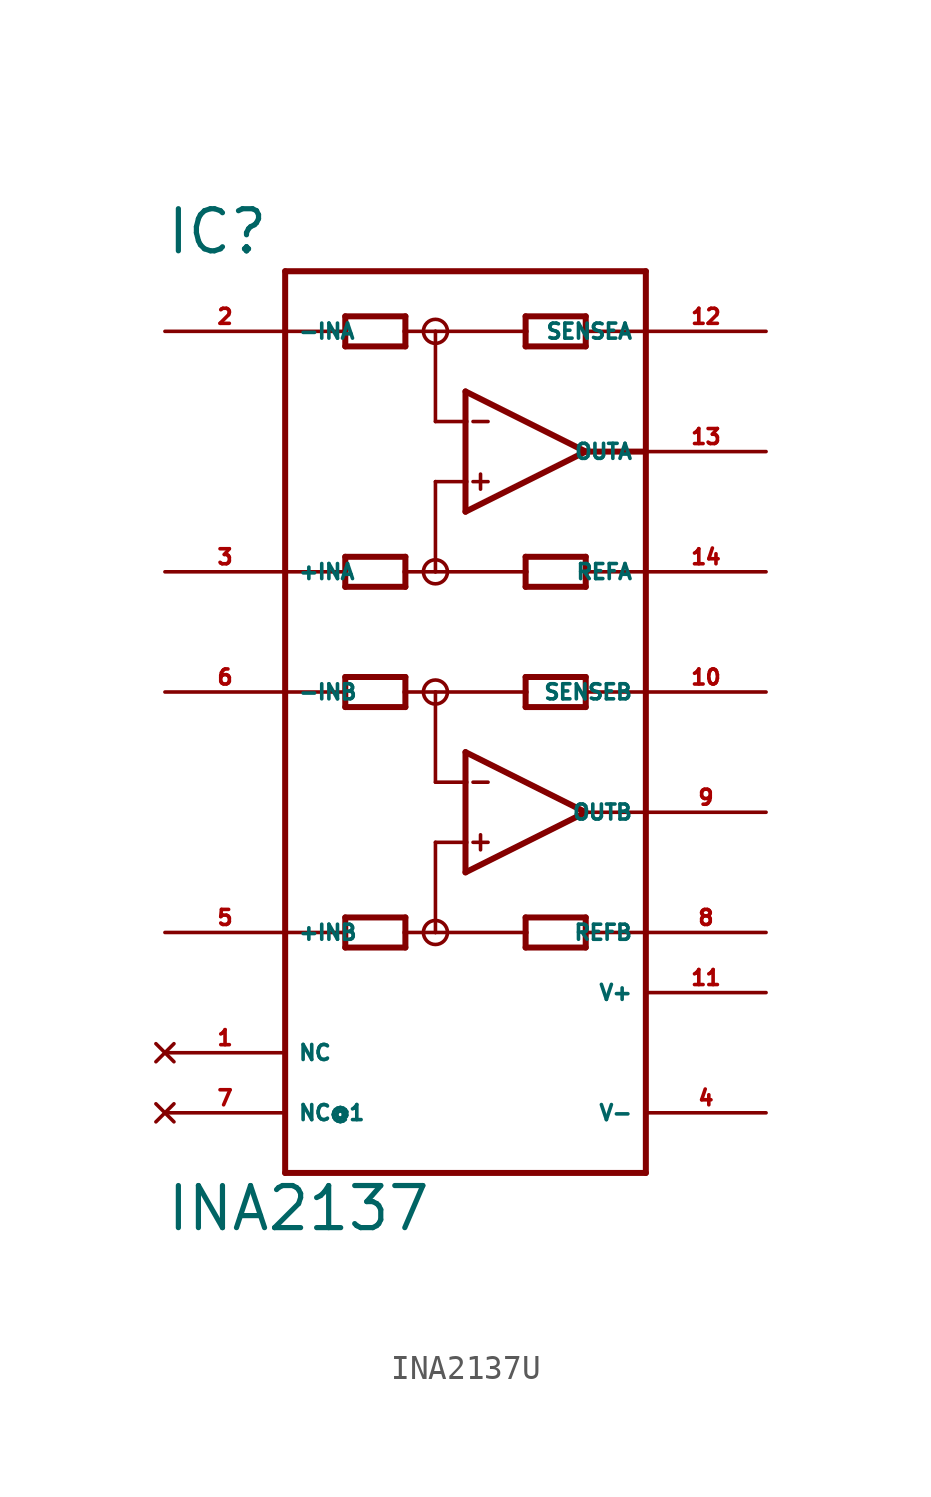
<source format=kicad_sym>
(kicad_symbol_lib
  (version 20220914)
  (generator Eagle2Kicad)
  (symbol "INA2137U"
    (property "Reference" "IC"
      (at -12.7 15.875 0)
      (effects (font (size 1.778 1.778) (thickness 0.22)) (justify left bottom)))
    (property "Value" "INA2137"
      (at -12.7 -25.4 0)
      (effects (font (size 1.778 1.778) (thickness 0.22)) (justify left bottom)))
    (polyline
      (pts (xy 0 5.08) (xy 0 6.35))
      (stroke (width 0.254) (type default))
      (fill (type none)))
    (polyline
      (pts (xy 0 6.35) (xy 0 8.89))
      (stroke (width 0.254) (type default))
      (fill (type none)))
    (polyline
      (pts (xy 0 8.89) (xy 0 10.16))
      (stroke (width 0.254) (type default))
      (fill (type none)))
    (polyline
      (pts (xy 0 10.16) (xy 5.08 7.62))
      (stroke (width 0.254) (type default))
      (fill (type none)))
    (polyline
      (pts (xy 5.08 7.62) (xy 0 5.08))
      (stroke (width 0.254) (type default))
      (fill (type none)))
    (polyline
      (pts (xy -2.54 12.065) (xy -2.54 12.7))
      (stroke (width 0.254) (type default))
      (fill (type none)))
    (polyline
      (pts (xy -2.54 12.7) (xy -2.54 13.335))
      (stroke (width 0.254) (type default))
      (fill (type none)))
    (polyline
      (pts (xy -2.54 13.335) (xy -5.08 13.335))
      (stroke (width 0.254) (type default))
      (fill (type none)))
    (polyline
      (pts (xy -5.08 13.335) (xy -5.08 12.7))
      (stroke (width 0.254) (type default))
      (fill (type none)))
    (polyline
      (pts (xy -5.08 12.7) (xy -5.08 12.065))
      (stroke (width 0.254) (type default))
      (fill (type none)))
    (polyline
      (pts (xy -5.08 12.065) (xy -2.54 12.065))
      (stroke (width 0.254) (type default))
      (fill (type none)))
    (polyline
      (pts (xy 2.54 12.065) (xy 2.54 12.7))
      (stroke (width 0.254) (type default))
      (fill (type none)))
    (polyline
      (pts (xy 2.54 12.7) (xy 2.54 13.335))
      (stroke (width 0.254) (type default))
      (fill (type none)))
    (polyline
      (pts (xy 2.54 13.335) (xy 5.08 13.335))
      (stroke (width 0.254) (type default))
      (fill (type none)))
    (polyline
      (pts (xy 5.08 13.335) (xy 5.08 12.7))
      (stroke (width 0.254) (type default))
      (fill (type none)))
    (polyline
      (pts (xy 5.08 12.7) (xy 5.08 12.065))
      (stroke (width 0.254) (type default))
      (fill (type none)))
    (polyline
      (pts (xy 5.08 12.065) (xy 2.54 12.065))
      (stroke (width 0.254) (type default))
      (fill (type none)))
    (polyline
      (pts (xy 0 8.89) (xy -1.27 8.89))
      (stroke (width 0.152) (type default))
      (fill (type none)))
    (polyline
      (pts (xy -2.54 3.175) (xy -2.54 2.54))
      (stroke (width 0.254) (type default))
      (fill (type none)))
    (polyline
      (pts (xy -2.54 2.54) (xy -2.54 1.905))
      (stroke (width 0.254) (type default))
      (fill (type none)))
    (polyline
      (pts (xy -2.54 1.905) (xy -5.08 1.905))
      (stroke (width 0.254) (type default))
      (fill (type none)))
    (polyline
      (pts (xy -5.08 1.905) (xy -5.08 2.54))
      (stroke (width 0.254) (type default))
      (fill (type none)))
    (polyline
      (pts (xy -5.08 2.54) (xy -5.08 3.175))
      (stroke (width 0.254) (type default))
      (fill (type none)))
    (polyline
      (pts (xy -5.08 3.175) (xy -2.54 3.175))
      (stroke (width 0.254) (type default))
      (fill (type none)))
    (polyline
      (pts (xy 2.54 3.175) (xy 2.54 2.54))
      (stroke (width 0.254) (type default))
      (fill (type none)))
    (polyline
      (pts (xy 2.54 2.54) (xy 2.54 1.905))
      (stroke (width 0.254) (type default))
      (fill (type none)))
    (polyline
      (pts (xy 2.54 1.905) (xy 5.08 1.905))
      (stroke (width 0.254) (type default))
      (fill (type none)))
    (polyline
      (pts (xy 5.08 1.905) (xy 5.08 2.54))
      (stroke (width 0.254) (type default))
      (fill (type none)))
    (polyline
      (pts (xy 5.08 2.54) (xy 5.08 3.175))
      (stroke (width 0.254) (type default))
      (fill (type none)))
    (polyline
      (pts (xy 5.08 3.175) (xy 2.54 3.175))
      (stroke (width 0.254) (type default))
      (fill (type none)))
    (polyline
      (pts (xy -1.27 8.89) (xy -1.27 12.7))
      (stroke (width 0.152) (type default))
      (fill (type none)))
    (polyline
      (pts (xy -1.27 12.7) (xy -2.54 12.7))
      (stroke (width 0.152) (type default))
      (fill (type none)))
    (polyline
      (pts (xy -1.27 12.7) (xy 2.54 12.7))
      (stroke (width 0.152) (type default))
      (fill (type none)))
    (polyline
      (pts (xy 0 6.35) (xy -1.27 6.35))
      (stroke (width 0.152) (type default))
      (fill (type none)))
    (polyline
      (pts (xy -1.27 6.35) (xy -1.27 2.54))
      (stroke (width 0.152) (type default))
      (fill (type none)))
    (polyline
      (pts (xy -1.27 2.54) (xy -2.54 2.54))
      (stroke (width 0.152) (type default))
      (fill (type none)))
    (polyline
      (pts (xy -1.27 2.54) (xy 2.54 2.54))
      (stroke (width 0.152) (type default))
      (fill (type none)))
    (polyline
      (pts (xy 0.318 8.89) (xy 0.953 8.89))
      (stroke (width 0.152) (type default))
      (fill (type none)))
    (polyline
      (pts (xy 0.318 6.35) (xy 0.953 6.35))
      (stroke (width 0.152) (type default))
      (fill (type none)))
    (polyline
      (pts (xy 0.635 6.668) (xy 0.635 6.032))
      (stroke (width 0.152) (type default))
      (fill (type none)))
    (polyline
      (pts (xy -7.62 12.7) (xy -5.08 12.7))
      (stroke (width 0.152) (type default))
      (fill (type none)))
    (polyline
      (pts (xy 7.62 12.7) (xy 5.08 12.7))
      (stroke (width 0.152) (type default))
      (fill (type none)))
    (polyline
      (pts (xy 5.08 7.62) (xy 7.62 7.62))
      (stroke (width 0.254) (type default))
      (fill (type none)))
    (polyline
      (pts (xy 7.62 2.54) (xy 5.08 2.54))
      (stroke (width 0.152) (type default))
      (fill (type none)))
    (polyline
      (pts (xy -7.62 2.54) (xy -5.08 2.54))
      (stroke (width 0.152) (type default))
      (fill (type none)))
    (polyline
      (pts (xy -7.62 -22.86) (xy 7.62 -22.86))
      (stroke (width 0.254) (type default))
      (fill (type none)))
    (polyline
      (pts (xy 7.62 -22.86) (xy 7.62 -12.7))
      (stroke (width 0.254) (type default))
      (fill (type none)))
    (polyline
      (pts (xy 7.62 -12.7) (xy 7.62 -7.62))
      (stroke (width 0.254) (type default))
      (fill (type none)))
    (polyline
      (pts (xy 7.62 -7.62) (xy 7.62 -2.54))
      (stroke (width 0.254) (type default))
      (fill (type none)))
    (polyline
      (pts (xy 7.62 -2.54) (xy 7.62 15.24))
      (stroke (width 0.254) (type default))
      (fill (type none)))
    (polyline
      (pts (xy 7.62 15.24) (xy -7.62 15.24))
      (stroke (width 0.254) (type default))
      (fill (type none)))
    (polyline
      (pts (xy -7.62 15.24) (xy -7.62 -2.54))
      (stroke (width 0.254) (type default))
      (fill (type none)))
    (polyline
      (pts (xy -7.62 -2.54) (xy -7.62 -12.7))
      (stroke (width 0.254) (type default))
      (fill (type none)))
    (polyline
      (pts (xy -7.62 -12.7) (xy -7.62 -22.86))
      (stroke (width 0.254) (type default))
      (fill (type none)))
    (polyline
      (pts (xy 0 -10.16) (xy 0 -8.89))
      (stroke (width 0.254) (type default))
      (fill (type none)))
    (polyline
      (pts (xy 0 -8.89) (xy 0 -6.35))
      (stroke (width 0.254) (type default))
      (fill (type none)))
    (polyline
      (pts (xy 0 -6.35) (xy 0 -5.08))
      (stroke (width 0.254) (type default))
      (fill (type none)))
    (polyline
      (pts (xy 0 -5.08) (xy 5.08 -7.62))
      (stroke (width 0.254) (type default))
      (fill (type none)))
    (polyline
      (pts (xy 5.08 -7.62) (xy 0 -10.16))
      (stroke (width 0.254) (type default))
      (fill (type none)))
    (polyline
      (pts (xy -2.54 -3.175) (xy -2.54 -2.54))
      (stroke (width 0.254) (type default))
      (fill (type none)))
    (polyline
      (pts (xy -2.54 -2.54) (xy -2.54 -1.905))
      (stroke (width 0.254) (type default))
      (fill (type none)))
    (polyline
      (pts (xy -2.54 -1.905) (xy -5.08 -1.905))
      (stroke (width 0.254) (type default))
      (fill (type none)))
    (polyline
      (pts (xy -5.08 -1.905) (xy -5.08 -2.54))
      (stroke (width 0.254) (type default))
      (fill (type none)))
    (polyline
      (pts (xy -5.08 -2.54) (xy -5.08 -3.175))
      (stroke (width 0.254) (type default))
      (fill (type none)))
    (polyline
      (pts (xy -5.08 -3.175) (xy -2.54 -3.175))
      (stroke (width 0.254) (type default))
      (fill (type none)))
    (polyline
      (pts (xy 2.54 -3.175) (xy 2.54 -2.54))
      (stroke (width 0.254) (type default))
      (fill (type none)))
    (polyline
      (pts (xy 2.54 -2.54) (xy 2.54 -1.905))
      (stroke (width 0.254) (type default))
      (fill (type none)))
    (polyline
      (pts (xy 2.54 -1.905) (xy 5.08 -1.905))
      (stroke (width 0.254) (type default))
      (fill (type none)))
    (polyline
      (pts (xy 5.08 -1.905) (xy 5.08 -2.54))
      (stroke (width 0.254) (type default))
      (fill (type none)))
    (polyline
      (pts (xy 5.08 -2.54) (xy 5.08 -3.175))
      (stroke (width 0.254) (type default))
      (fill (type none)))
    (polyline
      (pts (xy 5.08 -3.175) (xy 2.54 -3.175))
      (stroke (width 0.254) (type default))
      (fill (type none)))
    (polyline
      (pts (xy 0 -6.35) (xy -1.27 -6.35))
      (stroke (width 0.152) (type default))
      (fill (type none)))
    (polyline
      (pts (xy -2.54 -12.065) (xy -2.54 -12.7))
      (stroke (width 0.254) (type default))
      (fill (type none)))
    (polyline
      (pts (xy -2.54 -12.7) (xy -2.54 -13.335))
      (stroke (width 0.254) (type default))
      (fill (type none)))
    (polyline
      (pts (xy -2.54 -13.335) (xy -5.08 -13.335))
      (stroke (width 0.254) (type default))
      (fill (type none)))
    (polyline
      (pts (xy -5.08 -13.335) (xy -5.08 -12.7))
      (stroke (width 0.254) (type default))
      (fill (type none)))
    (polyline
      (pts (xy -5.08 -12.7) (xy -5.08 -12.065))
      (stroke (width 0.254) (type default))
      (fill (type none)))
    (polyline
      (pts (xy -5.08 -12.065) (xy -2.54 -12.065))
      (stroke (width 0.254) (type default))
      (fill (type none)))
    (polyline
      (pts (xy 2.54 -12.065) (xy 2.54 -12.7))
      (stroke (width 0.254) (type default))
      (fill (type none)))
    (polyline
      (pts (xy 2.54 -12.7) (xy 2.54 -13.335))
      (stroke (width 0.254) (type default))
      (fill (type none)))
    (polyline
      (pts (xy 2.54 -13.335) (xy 5.08 -13.335))
      (stroke (width 0.254) (type default))
      (fill (type none)))
    (polyline
      (pts (xy 5.08 -13.335) (xy 5.08 -12.7))
      (stroke (width 0.254) (type default))
      (fill (type none)))
    (polyline
      (pts (xy 5.08 -12.7) (xy 5.08 -12.065))
      (stroke (width 0.254) (type default))
      (fill (type none)))
    (polyline
      (pts (xy 5.08 -12.065) (xy 2.54 -12.065))
      (stroke (width 0.254) (type default))
      (fill (type none)))
    (polyline
      (pts (xy -1.27 -6.35) (xy -1.27 -2.54))
      (stroke (width 0.152) (type default))
      (fill (type none)))
    (polyline
      (pts (xy -1.27 -2.54) (xy -2.54 -2.54))
      (stroke (width 0.152) (type default))
      (fill (type none)))
    (polyline
      (pts (xy -1.27 -2.54) (xy 2.54 -2.54))
      (stroke (width 0.152) (type default))
      (fill (type none)))
    (polyline
      (pts (xy 0 -8.89) (xy -1.27 -8.89))
      (stroke (width 0.152) (type default))
      (fill (type none)))
    (polyline
      (pts (xy -1.27 -8.89) (xy -1.27 -12.7))
      (stroke (width 0.152) (type default))
      (fill (type none)))
    (polyline
      (pts (xy -1.27 -12.7) (xy -2.54 -12.7))
      (stroke (width 0.152) (type default))
      (fill (type none)))
    (polyline
      (pts (xy -1.27 -12.7) (xy 2.54 -12.7))
      (stroke (width 0.152) (type default))
      (fill (type none)))
    (polyline
      (pts (xy 0.318 -6.35) (xy 0.953 -6.35))
      (stroke (width 0.152) (type default))
      (fill (type none)))
    (polyline
      (pts (xy 0.318 -8.89) (xy 0.953 -8.89))
      (stroke (width 0.152) (type default))
      (fill (type none)))
    (polyline
      (pts (xy 0.635 -8.572) (xy 0.635 -9.207))
      (stroke (width 0.152) (type default))
      (fill (type none)))
    (polyline
      (pts (xy -7.62 -2.54) (xy -5.08 -2.54))
      (stroke (width 0.152) (type default))
      (fill (type none)))
    (polyline
      (pts (xy 7.62 -2.54) (xy 5.08 -2.54))
      (stroke (width 0.152) (type default))
      (fill (type none)))
    (polyline
      (pts (xy 5.08 -7.62) (xy 7.62 -7.62))
      (stroke (width 0.152) (type default))
      (fill (type none)))
    (polyline
      (pts (xy 7.62 -12.7) (xy 5.08 -12.7))
      (stroke (width 0.152) (type default))
      (fill (type none)))
    (polyline
      (pts (xy -7.62 -12.7) (xy -5.08 -12.7))
      (stroke (width 0.152) (type default))
      (fill (type none)))
    (circle
      (center -1.27 12.7)
      (radius 0.508)
      (stroke (width 0) (type default))
      (fill (type none)))
    (circle
      (center -1.27 -2.54)
      (radius 0.508)
      (stroke (width 0) (type default))
      (fill (type none)))
    (circle
      (center -1.27 2.54)
      (radius 0.508)
      (stroke (width 0) (type default))
      (fill (type none)))
    (circle
      (center -1.27 -12.7)
      (radius 0.508)
      (stroke (width 0) (type default))
      (fill (type none)))
    (pin input line
      (at -12.7 12.7 0)
      (length 5.08)
      (name "-INA" (effects (font (size 0.635 0.635) (thickness 0.08)) (justify left bottom)))
      (number "2" (effects (font (size 0.635 0.635) (thickness 0.08)) (justify left bottom))))
    (pin input line
      (at -12.7 2.54 0)
      (length 5.08)
      (name "+INA" (effects (font (size 0.635 0.635) (thickness 0.08)) (justify left bottom)))
      (number "3" (effects (font (size 0.635 0.635) (thickness 0.08)) (justify left bottom))))
    (pin output line
      (at 12.7 7.62 180)
      (length 5.08)
      (name "OUTA" (effects (font (size 0.635 0.635) (thickness 0.08)) (justify left bottom)))
      (number "13" (effects (font (size 0.635 0.635) (thickness 0.08)) (justify left bottom))))
    (pin unspecified line
      (at 12.7 -15.24 180)
      (length 5.08)
      (name "V+" (effects (font (size 0.635 0.635) (thickness 0.08)) (justify left bottom)))
      (number "11" (effects (font (size 0.635 0.635) (thickness 0.08)) (justify left bottom))))
    (pin unspecified line
      (at 12.7 -20.32 180)
      (length 5.08)
      (name "V-" (effects (font (size 0.635 0.635) (thickness 0.08)) (justify left bottom)))
      (number "4" (effects (font (size 0.635 0.635) (thickness 0.08)) (justify left bottom))))
    (pin passive line
      (at 12.7 12.7 180)
      (length 5.08)
      (name "SENSEA" (effects (font (size 0.635 0.635) (thickness 0.08)) (justify left bottom)))
      (number "12" (effects (font (size 0.635 0.635) (thickness 0.08)) (justify left bottom))))
    (pin passive line
      (at 12.7 2.54 180)
      (length 5.08)
      (name "REFA" (effects (font (size 0.635 0.635) (thickness 0.08)) (justify left bottom)))
      (number "14" (effects (font (size 0.635 0.635) (thickness 0.08)) (justify left bottom))))
    (pin no_connect line
      (at -12.7 -17.78 0)
      (length 5.08)
      (name "NC" (effects (font (size 0.635 0.635) (thickness 0.08)) (justify left bottom) hide))
      (number "1" (effects (font (size 0.635 0.635) (thickness 0.08)) (justify left bottom) hide)))
    (pin input line
      (at -12.7 -2.54 0)
      (length 5.08)
      (name "-INB" (effects (font (size 0.635 0.635) (thickness 0.08)) (justify left bottom)))
      (number "6" (effects (font (size 0.635 0.635) (thickness 0.08)) (justify left bottom))))
    (pin input line
      (at -12.7 -12.7 0)
      (length 5.08)
      (name "+INB" (effects (font (size 0.635 0.635) (thickness 0.08)) (justify left bottom)))
      (number "5" (effects (font (size 0.635 0.635) (thickness 0.08)) (justify left bottom))))
    (pin output line
      (at 12.7 -7.62 180)
      (length 5.08)
      (name "OUTB" (effects (font (size 0.635 0.635) (thickness 0.08)) (justify left bottom)))
      (number "9" (effects (font (size 0.635 0.635) (thickness 0.08)) (justify left bottom))))
    (pin passive line
      (at 12.7 -2.54 180)
      (length 5.08)
      (name "SENSEB" (effects (font (size 0.635 0.635) (thickness 0.08)) (justify left bottom)))
      (number "10" (effects (font (size 0.635 0.635) (thickness 0.08)) (justify left bottom))))
    (pin passive line
      (at 12.7 -12.7 180)
      (length 5.08)
      (name "REFB" (effects (font (size 0.635 0.635) (thickness 0.08)) (justify left bottom)))
      (number "8" (effects (font (size 0.635 0.635) (thickness 0.08)) (justify left bottom))))
    (pin no_connect line
      (at -12.7 -20.32 0)
      (length 5.08)
      (name "NC@1" (effects (font (size 0.635 0.635) (thickness 0.08)) (justify left bottom) hide))
      (number "7" (effects (font (size 0.635 0.635) (thickness 0.08)) (justify left bottom) hide)))))
</source>
